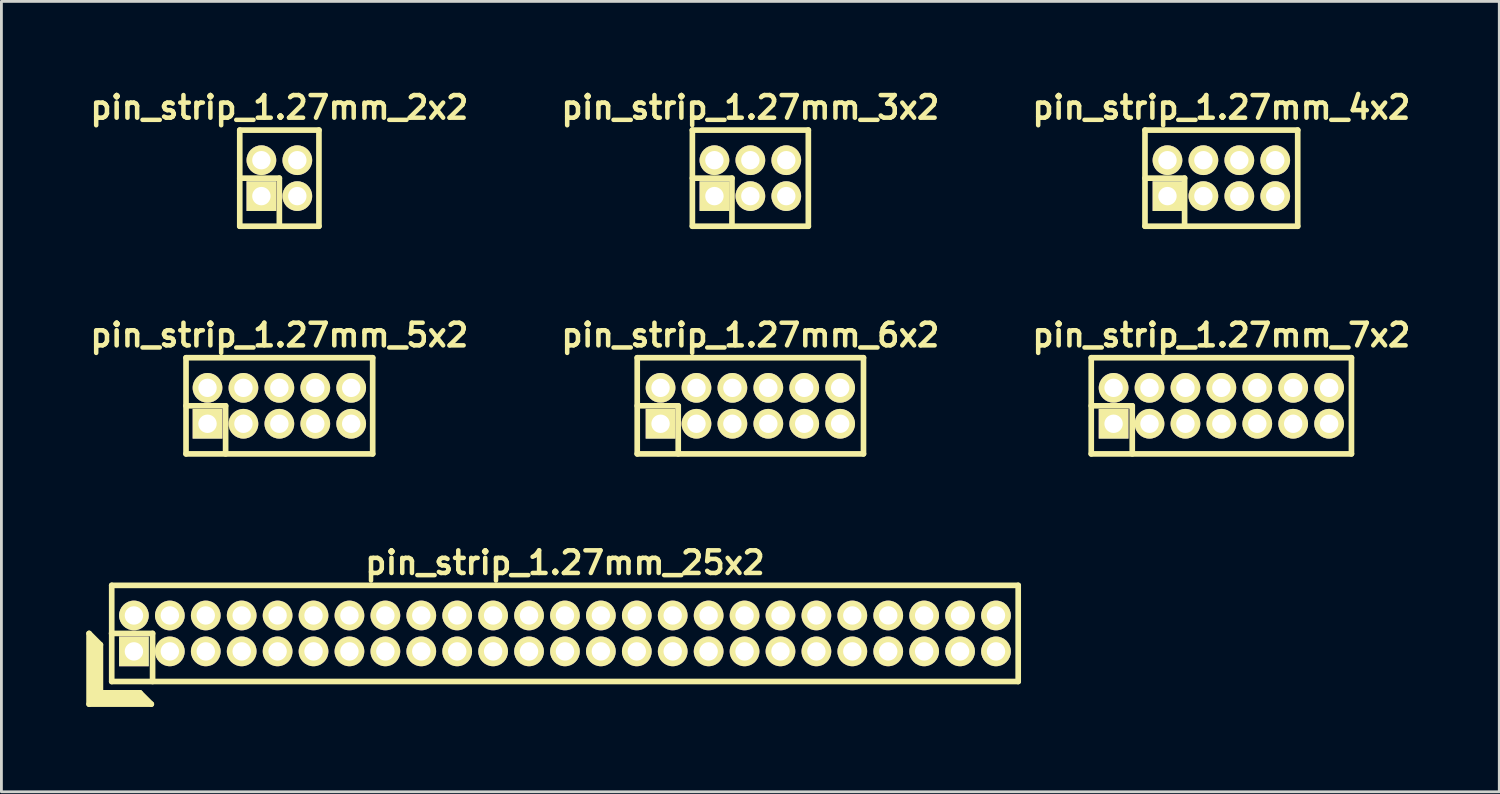
<source format=kicad_pcb>
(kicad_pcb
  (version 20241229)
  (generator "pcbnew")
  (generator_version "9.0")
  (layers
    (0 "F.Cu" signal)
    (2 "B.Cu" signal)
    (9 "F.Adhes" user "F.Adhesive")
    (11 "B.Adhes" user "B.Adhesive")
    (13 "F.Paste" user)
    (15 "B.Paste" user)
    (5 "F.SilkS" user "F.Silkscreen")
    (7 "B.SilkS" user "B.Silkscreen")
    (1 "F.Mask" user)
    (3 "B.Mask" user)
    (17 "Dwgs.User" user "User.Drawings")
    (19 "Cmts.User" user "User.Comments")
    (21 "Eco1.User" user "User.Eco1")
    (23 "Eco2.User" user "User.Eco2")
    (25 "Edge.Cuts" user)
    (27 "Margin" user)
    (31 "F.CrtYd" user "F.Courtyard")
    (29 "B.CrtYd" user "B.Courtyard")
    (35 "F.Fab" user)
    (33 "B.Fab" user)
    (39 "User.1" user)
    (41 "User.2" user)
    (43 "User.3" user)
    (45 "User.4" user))
  (footprint "pin_strip_1.27mm_25x2"
    (layer "F.Cu")
    (at 16.925 19.346)
    (property "Reference" "pin_strip_1.27mm_25x2" (at 0 -2.5 0) (layer "F.SilkS") (effects (font (size 0.8 0.8) (thickness 0.16))))
    (attr through_hole)
    (fp_line (start -16.825 0) (end -16.825 2.5) (stroke (width 0.2) (type solid)) (layer "F.SilkS"))
    (fp_line (start -16.825 0) (end -16.425 0.4) (stroke (width 0.2) (type solid)) (layer "F.SilkS"))
    (fp_line (start -16.825 2.5) (end -14.625 2.5) (stroke (width 0.2) (type solid)) (layer "F.SilkS"))
    (fp_line (start -16.725 2.4) (end -16.725 0.2) (stroke (width 0.2) (type solid)) (layer "F.SilkS"))
    (fp_line (start -16.725 2.4) (end -14.825 2.4) (stroke (width 0.2) (type solid)) (layer "F.SilkS"))
    (fp_line (start -16.625 2.3) (end -16.625 0.3) (stroke (width 0.2) (type solid)) (layer "F.SilkS"))
    (fp_line (start -16.625 2.3) (end -14.925 2.3) (stroke (width 0.2) (type solid)) (layer "F.SilkS"))
    (fp_line (start -16.525 2.2) (end -16.525 0.4) (stroke (width 0.2) (type solid)) (layer "F.SilkS"))
    (fp_line (start -16.525 2.2) (end -15.025 2.2) (stroke (width 0.2) (type solid)) (layer "F.SilkS"))
    (fp_line (start -16.425 2.1) (end -16.425 0.4) (stroke (width 0.2) (type solid)) (layer "F.SilkS"))
    (fp_line (start -16.425 2.1) (end -15.025 2.1) (stroke (width 0.2) (type solid)) (layer "F.SilkS"))
    (fp_line (start -16.03 0) (end -14.58 0) (stroke (width 0.2) (type solid)) (layer "F.SilkS"))
    (fp_line (start -16.025 -1.7) (end 16.025 -1.7) (stroke (width 0.2) (type solid)) (layer "F.SilkS"))
    (fp_line (start -16.025 1.7) (end -16.025 -1.7) (stroke (width 0.2) (type solid)) (layer "F.SilkS"))
    (fp_line (start -15.025 2.1) (end -14.625 2.5) (stroke (width 0.2) (type solid)) (layer "F.SilkS"))
    (fp_line (start -14.58 0) (end -14.58 1.7) (stroke (width 0.2) (type solid)) (layer "F.SilkS"))
    (fp_line (start 16.025 -1.7) (end 16.025 1.7) (stroke (width 0.2) (type solid)) (layer "F.SilkS"))
    (fp_line (start 16.025 1.7) (end -16.025 1.7) (stroke (width 0.2) (type solid)) (layer "F.SilkS"))
    (pad "1" thru_hole rect (at -15.24 0.635) (size 1.05 1.05) (drill 0.65) (layers "*.Cu" "*.Mask" "F.SilkS"))
    (pad "2" thru_hole oval (at -15.24 -0.635) (size 1.05 1.05) (drill 0.65) (layers "*.Cu" "*.Mask" "F.SilkS"))
    (pad "3" thru_hole oval (at -13.97 0.635) (size 1.05 1.05) (drill 0.65) (layers "*.Cu" "*.Mask" "F.SilkS"))
    (pad "4" thru_hole oval (at -13.97 -0.635) (size 1.05 1.05) (drill 0.65) (layers "*.Cu" "*.Mask" "F.SilkS"))
    (pad "5" thru_hole oval (at -12.7 0.635) (size 1.05 1.05) (drill 0.65) (layers "*.Cu" "*.Mask" "F.SilkS"))
    (pad "6" thru_hole oval (at -12.7 -0.635) (size 1.05 1.05) (drill 0.65) (layers "*.Cu" "*.Mask" "F.SilkS"))
    (pad "7" thru_hole oval (at -11.43 0.635) (size 1.05 1.05) (drill 0.65) (layers "*.Cu" "*.Mask" "F.SilkS"))
    (pad "8" thru_hole oval (at -11.43 -0.635) (size 1.05 1.05) (drill 0.65) (layers "*.Cu" "*.Mask" "F.SilkS"))
    (pad "9" thru_hole oval (at -10.16 0.635) (size 1.05 1.05) (drill 0.65) (layers "*.Cu" "*.Mask" "F.SilkS"))
    (pad "10" thru_hole oval (at -10.16 -0.635) (size 1.05 1.05) (drill 0.65) (layers "*.Cu" "*.Mask" "F.SilkS"))
    (pad "11" thru_hole oval (at -8.89 0.635) (size 1.05 1.05) (drill 0.65) (layers "*.Cu" "*.Mask" "F.SilkS"))
    (pad "12" thru_hole oval (at -8.89 -0.635) (size 1.05 1.05) (drill 0.65) (layers "*.Cu" "*.Mask" "F.SilkS"))
    (pad "13" thru_hole oval (at -7.62 0.635) (size 1.05 1.05) (drill 0.65) (layers "*.Cu" "*.Mask" "F.SilkS"))
    (pad "14" thru_hole oval (at -7.62 -0.635) (size 1.05 1.05) (drill 0.65) (layers "*.Cu" "*.Mask" "F.SilkS"))
    (pad "15" thru_hole oval (at -6.35 0.635) (size 1.05 1.05) (drill 0.65) (layers "*.Cu" "*.Mask" "F.SilkS"))
    (pad "16" thru_hole oval (at -6.35 -0.635) (size 1.05 1.05) (drill 0.65) (layers "*.Cu" "*.Mask" "F.SilkS"))
    (pad "17" thru_hole oval (at -5.08 0.635) (size 1.05 1.05) (drill 0.65) (layers "*.Cu" "*.Mask" "F.SilkS"))
    (pad "18" thru_hole oval (at -5.08 -0.635) (size 1.05 1.05) (drill 0.65) (layers "*.Cu" "*.Mask" "F.SilkS"))
    (pad "19" thru_hole oval (at -3.81 0.635) (size 1.05 1.05) (drill 0.65) (layers "*.Cu" "*.Mask" "F.SilkS"))
    (pad "20" thru_hole oval (at -3.81 -0.635) (size 1.05 1.05) (drill 0.65) (layers "*.Cu" "*.Mask" "F.SilkS"))
    (pad "21" thru_hole oval (at -2.54 0.635) (size 1.05 1.05) (drill 0.65) (layers "*.Cu" "*.Mask" "F.SilkS"))
    (pad "22" thru_hole oval (at -2.54 -0.635) (size 1.05 1.05) (drill 0.65) (layers "*.Cu" "*.Mask" "F.SilkS"))
    (pad "23" thru_hole oval (at -1.27 0.635) (size 1.05 1.05) (drill 0.65) (layers "*.Cu" "*.Mask" "F.SilkS"))
    (pad "24" thru_hole oval (at -1.27 -0.635) (size 1.05 1.05) (drill 0.65) (layers "*.Cu" "*.Mask" "F.SilkS"))
    (pad "25" thru_hole oval (at 0 0.635) (size 1.05 1.05) (drill 0.65) (layers "*.Cu" "*.Mask" "F.SilkS"))
    (pad "26" thru_hole oval (at 0 -0.635) (size 1.05 1.05) (drill 0.65) (layers "*.Cu" "*.Mask" "F.SilkS"))
    (pad "27" thru_hole oval (at 1.27 0.635) (size 1.05 1.05) (drill 0.65) (layers "*.Cu" "*.Mask" "F.SilkS"))
    (pad "28" thru_hole oval (at 1.27 -0.635) (size 1.05 1.05) (drill 0.65) (layers "*.Cu" "*.Mask" "F.SilkS"))
    (pad "29" thru_hole oval (at 2.54 0.635) (size 1.05 1.05) (drill 0.65) (layers "*.Cu" "*.Mask" "F.SilkS"))
    (pad "30" thru_hole oval (at 2.54 -0.635) (size 1.05 1.05) (drill 0.65) (layers "*.Cu" "*.Mask" "F.SilkS"))
    (pad "31" thru_hole oval (at 3.81 0.635) (size 1.05 1.05) (drill 0.65) (layers "*.Cu" "*.Mask" "F.SilkS"))
    (pad "32" thru_hole oval (at 3.81 -0.635) (size 1.05 1.05) (drill 0.65) (layers "*.Cu" "*.Mask" "F.SilkS"))
    (pad "33" thru_hole oval (at 5.08 0.635) (size 1.05 1.05) (drill 0.65) (layers "*.Cu" "*.Mask" "F.SilkS"))
    (pad "34" thru_hole oval (at 5.08 -0.635) (size 1.05 1.05) (drill 0.65) (layers "*.Cu" "*.Mask" "F.SilkS"))
    (pad "35" thru_hole oval (at 6.35 0.635) (size 1.05 1.05) (drill 0.65) (layers "*.Cu" "*.Mask" "F.SilkS"))
    (pad "36" thru_hole oval (at 6.35 -0.635) (size 1.05 1.05) (drill 0.65) (layers "*.Cu" "*.Mask" "F.SilkS"))
    (pad "37" thru_hole oval (at 7.62 0.635) (size 1.05 1.05) (drill 0.65) (layers "*.Cu" "*.Mask" "F.SilkS"))
    (pad "38" thru_hole oval (at 7.62 -0.635) (size 1.05 1.05) (drill 0.65) (layers "*.Cu" "*.Mask" "F.SilkS"))
    (pad "39" thru_hole oval (at 8.89 0.635) (size 1.05 1.05) (drill 0.65) (layers "*.Cu" "*.Mask" "F.SilkS"))
    (pad "40" thru_hole oval (at 8.89 -0.635) (size 1.05 1.05) (drill 0.65) (layers "*.Cu" "*.Mask" "F.SilkS"))
    (pad "41" thru_hole oval (at 10.16 0.635) (size 1.05 1.05) (drill 0.65) (layers "*.Cu" "*.Mask" "F.SilkS"))
    (pad "42" thru_hole oval (at 10.16 -0.635) (size 1.05 1.05) (drill 0.65) (layers "*.Cu" "*.Mask" "F.SilkS"))
    (pad "43" thru_hole oval (at 11.43 0.635) (size 1.05 1.05) (drill 0.65) (layers "*.Cu" "*.Mask" "F.SilkS"))
    (pad "44" thru_hole oval (at 11.43 -0.635) (size 1.05 1.05) (drill 0.65) (layers "*.Cu" "*.Mask" "F.SilkS"))
    (pad "45" thru_hole oval (at 12.7 0.635) (size 1.05 1.05) (drill 0.65) (layers "*.Cu" "*.Mask" "F.SilkS"))
    (pad "46" thru_hole oval (at 12.7 -0.635) (size 1.05 1.05) (drill 0.65) (layers "*.Cu" "*.Mask" "F.SilkS"))
    (pad "47" thru_hole oval (at 13.97 0.635) (size 1.05 1.05) (drill 0.65) (layers "*.Cu" "*.Mask" "F.SilkS"))
    (pad "48" thru_hole oval (at 13.97 -0.635) (size 1.05 1.05) (drill 0.65) (layers "*.Cu" "*.Mask" "F.SilkS"))
    (pad "49" thru_hole oval (at 15.24 0.635) (size 1.05 1.05) (drill 0.65) (layers "*.Cu" "*.Mask" "F.SilkS"))
    (pad "50" thru_hole oval (at 15.24 -0.635) (size 1.05 1.05) (drill 0.65) (layers "*.Cu" "*.Mask" "F.SilkS")))
  (footprint "pin_strip_1.27mm_6x2"
    (layer "F.Cu")
    (at 23.48 11.298)
    (property "Reference" "pin_strip_1.27mm_6x2" (at 0 -2.5 0) (layer "F.SilkS") (effects (font (size 0.8 0.8) (thickness 0.16))))
    (attr through_hole)
    (fp_line (start -4 -1.7) (end 4 -1.7) (stroke (width 0.2) (type solid)) (layer "F.SilkS"))
    (fp_line (start -4 0) (end -2.55 0) (stroke (width 0.2) (type solid)) (layer "F.SilkS"))
    (fp_line (start -4 1.7) (end -4 -1.7) (stroke (width 0.2) (type solid)) (layer "F.SilkS"))
    (fp_line (start -2.55 0) (end -2.55 1.7) (stroke (width 0.2) (type solid)) (layer "F.SilkS"))
    (fp_line (start 4 -1.7) (end 4 1.7) (stroke (width 0.2) (type solid)) (layer "F.SilkS"))
    (fp_line (start 4 1.7) (end -4 1.7) (stroke (width 0.2) (type solid)) (layer "F.SilkS"))
    (pad "1" thru_hole rect (at -3.175 0.635) (size 1.05 1.05) (drill 0.65) (layers "*.Cu" "*.Mask" "F.SilkS"))
    (pad "2" thru_hole oval (at -3.175 -0.635) (size 1.05 1.05) (drill 0.65) (layers "*.Cu" "*.Mask" "F.SilkS"))
    (pad "3" thru_hole oval (at -1.905 0.635) (size 1.05 1.05) (drill 0.65) (layers "*.Cu" "*.Mask" "F.SilkS"))
    (pad "4" thru_hole oval (at -1.905 -0.635) (size 1.05 1.05) (drill 0.65) (layers "*.Cu" "*.Mask" "F.SilkS"))
    (pad "5" thru_hole oval (at -0.635 0.635) (size 1.05 1.05) (drill 0.65) (layers "*.Cu" "*.Mask" "F.SilkS"))
    (pad "6" thru_hole oval (at -0.635 -0.635) (size 1.05 1.05) (drill 0.65) (layers "*.Cu" "*.Mask" "F.SilkS"))
    (pad "7" thru_hole oval (at 0.635 0.635) (size 1.05 1.05) (drill 0.65) (layers "*.Cu" "*.Mask" "F.SilkS"))
    (pad "8" thru_hole oval (at 0.635 -0.635) (size 1.05 1.05) (drill 0.65) (layers "*.Cu" "*.Mask" "F.SilkS"))
    (pad "9" thru_hole oval (at 1.905 0.635) (size 1.05 1.05) (drill 0.65) (layers "*.Cu" "*.Mask" "F.SilkS"))
    (pad "10" thru_hole oval (at 1.905 -0.635) (size 1.05 1.05) (drill 0.65) (layers "*.Cu" "*.Mask" "F.SilkS"))
    (pad "11" thru_hole oval (at 3.175 0.635) (size 1.05 1.05) (drill 0.65) (layers "*.Cu" "*.Mask" "F.SilkS"))
    (pad "12" thru_hole oval (at 3.175 -0.635) (size 1.05 1.05) (drill 0.65) (layers "*.Cu" "*.Mask" "F.SilkS")))
  (footprint "pin_strip_1.27mm_3x2"
    (layer "F.Cu")
    (at 23.48 3.249)
    (property "Reference" "pin_strip_1.27mm_3x2" (at 0 -2.5 0) (layer "F.SilkS") (effects (font (size 0.8 0.8) (thickness 0.16))))
    (attr through_hole)
    (fp_line (start -2.05 -1.7) (end 2.05 -1.7) (stroke (width 0.2) (type solid)) (layer "F.SilkS"))
    (fp_line (start -2.05 0) (end -0.65 0) (stroke (width 0.2) (type solid)) (layer "F.SilkS"))
    (fp_line (start -2.05 1.7) (end -2.05 -1.7) (stroke (width 0.2) (type solid)) (layer "F.SilkS"))
    (fp_line (start -0.65 0) (end -0.65 1.7) (stroke (width 0.2) (type solid)) (layer "F.SilkS"))
    (fp_line (start 2.05 -1.7) (end 2.05 1.7) (stroke (width 0.2) (type solid)) (layer "F.SilkS"))
    (fp_line (start 2.05 1.7) (end -2.05 1.7) (stroke (width 0.2) (type solid)) (layer "F.SilkS"))
    (pad "1" thru_hole rect (at -1.27 0.635) (size 1.05 1.05) (drill 0.65) (layers "*.Cu" "*.Mask" "F.SilkS"))
    (pad "2" thru_hole oval (at -1.27 -0.635) (size 1.05 1.05) (drill 0.65) (layers "*.Cu" "*.Mask" "F.SilkS"))
    (pad "3" thru_hole oval (at 0 0.635) (size 1.05 1.05) (drill 0.65) (layers "*.Cu" "*.Mask" "F.SilkS"))
    (pad "4" thru_hole oval (at 0 -0.635) (size 1.05 1.05) (drill 0.65) (layers "*.Cu" "*.Mask" "F.SilkS"))
    (pad "5" thru_hole oval (at 1.27 0.635) (size 1.05 1.05) (drill 0.65) (layers "*.Cu" "*.Mask" "F.SilkS"))
    (pad "6" thru_hole oval (at 1.27 -0.635) (size 1.05 1.05) (drill 0.65) (layers "*.Cu" "*.Mask" "F.SilkS")))
  (footprint "pin_strip_1.27mm_7x2"
    (layer "F.Cu")
    (at 40.133 11.298)
    (property "Reference" "pin_strip_1.27mm_7x2" (at 0 -2.5 0) (layer "F.SilkS") (effects (font (size 0.8 0.8) (thickness 0.16))))
    (attr through_hole)
    (fp_line (start -4.6 -1.7) (end 4.6 -1.7) (stroke (width 0.2) (type solid)) (layer "F.SilkS"))
    (fp_line (start -4.6 0) (end -3.15 0) (stroke (width 0.2) (type solid)) (layer "F.SilkS"))
    (fp_line (start -4.6 1.7) (end -4.6 -1.7) (stroke (width 0.2) (type solid)) (layer "F.SilkS"))
    (fp_line (start -3.15 0) (end -3.15 1.7) (stroke (width 0.2) (type solid)) (layer "F.SilkS"))
    (fp_line (start 4.6 -1.7) (end 4.6 1.7) (stroke (width 0.2) (type solid)) (layer "F.SilkS"))
    (fp_line (start 4.6 1.7) (end -4.6 1.7) (stroke (width 0.2) (type solid)) (layer "F.SilkS"))
    (pad "1" thru_hole rect (at -3.81 0.635) (size 1.05 1.05) (drill 0.65) (layers "*.Cu" "*.Mask" "F.SilkS"))
    (pad "2" thru_hole oval (at -3.81 -0.635) (size 1.05 1.05) (drill 0.65) (layers "*.Cu" "*.Mask" "F.SilkS"))
    (pad "3" thru_hole oval (at -2.54 0.635) (size 1.05 1.05) (drill 0.65) (layers "*.Cu" "*.Mask" "F.SilkS"))
    (pad "4" thru_hole oval (at -2.54 -0.635) (size 1.05 1.05) (drill 0.65) (layers "*.Cu" "*.Mask" "F.SilkS"))
    (pad "5" thru_hole oval (at -1.27 0.635) (size 1.05 1.05) (drill 0.65) (layers "*.Cu" "*.Mask" "F.SilkS"))
    (pad "6" thru_hole oval (at -1.27 -0.635) (size 1.05 1.05) (drill 0.65) (layers "*.Cu" "*.Mask" "F.SilkS"))
    (pad "7" thru_hole oval (at 0 0.635) (size 1.05 1.05) (drill 0.65) (layers "*.Cu" "*.Mask" "F.SilkS"))
    (pad "8" thru_hole oval (at 0 -0.635) (size 1.05 1.05) (drill 0.65) (layers "*.Cu" "*.Mask" "F.SilkS"))
    (pad "9" thru_hole oval (at 1.27 0.635) (size 1.05 1.05) (drill 0.65) (layers "*.Cu" "*.Mask" "F.SilkS"))
    (pad "10" thru_hole oval (at 1.27 -0.635) (size 1.05 1.05) (drill 0.65) (layers "*.Cu" "*.Mask" "F.SilkS"))
    (pad "11" thru_hole oval (at 2.54 0.635) (size 1.05 1.05) (drill 0.65) (layers "*.Cu" "*.Mask" "F.SilkS"))
    (pad "12" thru_hole oval (at 2.54 -0.635) (size 1.05 1.05) (drill 0.65) (layers "*.Cu" "*.Mask" "F.SilkS"))
    (pad "13" thru_hole oval (at 3.81 0.635) (size 1.05 1.05) (drill 0.65) (layers "*.Cu" "*.Mask" "F.SilkS"))
    (pad "14" thru_hole oval (at 3.81 -0.635) (size 1.05 1.05) (drill 0.65) (layers "*.Cu" "*.Mask" "F.SilkS")))
  (footprint "pin_strip_1.27mm_5x2"
    (layer "F.Cu")
    (at 6.827 11.298)
    (property "Reference" "pin_strip_1.27mm_5x2" (at 0 -2.5 0) (layer "F.SilkS") (effects (font (size 0.8 0.8) (thickness 0.16))))
    (attr through_hole)
    (fp_line (start -3.3 -1.7) (end 3.3 -1.7) (stroke (width 0.2) (type solid)) (layer "F.SilkS"))
    (fp_line (start -3.3 0) (end -1.9 0) (stroke (width 0.2) (type solid)) (layer "F.SilkS"))
    (fp_line (start -3.3 1.7) (end -3.3 -1.7) (stroke (width 0.2) (type solid)) (layer "F.SilkS"))
    (fp_line (start -1.9 0) (end -1.9 1.7) (stroke (width 0.2) (type solid)) (layer "F.SilkS"))
    (fp_line (start 3.3 -1.7) (end 3.3 1.7) (stroke (width 0.2) (type solid)) (layer "F.SilkS"))
    (fp_line (start 3.3 1.7) (end -3.3 1.7) (stroke (width 0.2) (type solid)) (layer "F.SilkS"))
    (pad "1" thru_hole rect (at -2.54 0.635) (size 1.05 1.05) (drill 0.65) (layers "*.Cu" "*.Mask" "F.SilkS"))
    (pad "2" thru_hole oval (at -2.54 -0.635) (size 1.05 1.05) (drill 0.65) (layers "*.Cu" "*.Mask" "F.SilkS"))
    (pad "3" thru_hole oval (at -1.27 0.635) (size 1.05 1.05) (drill 0.65) (layers "*.Cu" "*.Mask" "F.SilkS"))
    (pad "4" thru_hole oval (at -1.27 -0.635) (size 1.05 1.05) (drill 0.65) (layers "*.Cu" "*.Mask" "F.SilkS"))
    (pad "5" thru_hole oval (at 0 0.635) (size 1.05 1.05) (drill 0.65) (layers "*.Cu" "*.Mask" "F.SilkS"))
    (pad "6" thru_hole oval (at 0 -0.635) (size 1.05 1.05) (drill 0.65) (layers "*.Cu" "*.Mask" "F.SilkS"))
    (pad "7" thru_hole oval (at 1.27 0.635) (size 1.05 1.05) (drill 0.65) (layers "*.Cu" "*.Mask" "F.SilkS"))
    (pad "8" thru_hole oval (at 1.27 -0.635) (size 1.05 1.05) (drill 0.65) (layers "*.Cu" "*.Mask" "F.SilkS"))
    (pad "9" thru_hole oval (at 2.54 0.635) (size 1.05 1.05) (drill 0.65) (layers "*.Cu" "*.Mask" "F.SilkS"))
    (pad "10" thru_hole oval (at 2.54 -0.635) (size 1.05 1.05) (drill 0.65) (layers "*.Cu" "*.Mask" "F.SilkS")))
  (footprint "pin_strip_1.27mm_4x2"
    (layer "F.Cu")
    (at 40.133 3.249)
    (property "Reference" "pin_strip_1.27mm_4x2" (at 0 -2.5 0) (layer "F.SilkS") (effects (font (size 0.8 0.8) (thickness 0.16))))
    (attr through_hole)
    (fp_line (start -2.7 -1.7) (end 2.7 -1.7) (stroke (width 0.2) (type solid)) (layer "F.SilkS"))
    (fp_line (start -2.7 0) (end -1.3 0) (stroke (width 0.2) (type solid)) (layer "F.SilkS"))
    (fp_line (start -2.7 1.7) (end -2.7 -1.7) (stroke (width 0.2) (type solid)) (layer "F.SilkS"))
    (fp_line (start -1.3 0) (end -1.3 1.7) (stroke (width 0.2) (type solid)) (layer "F.SilkS"))
    (fp_line (start 2.7 -1.7) (end 2.7 1.7) (stroke (width 0.2) (type solid)) (layer "F.SilkS"))
    (fp_line (start 2.7 1.7) (end -2.7 1.7) (stroke (width 0.2) (type solid)) (layer "F.SilkS"))
    (pad "1" thru_hole rect (at -1.905 0.635) (size 1.05 1.05) (drill 0.65) (layers "*.Cu" "*.Mask" "F.SilkS"))
    (pad "2" thru_hole oval (at -1.905 -0.635) (size 1.05 1.05) (drill 0.65) (layers "*.Cu" "*.Mask" "F.SilkS"))
    (pad "3" thru_hole oval (at -0.635 0.635) (size 1.05 1.05) (drill 0.65) (layers "*.Cu" "*.Mask" "F.SilkS"))
    (pad "4" thru_hole oval (at -0.635 -0.635) (size 1.05 1.05) (drill 0.65) (layers "*.Cu" "*.Mask" "F.SilkS"))
    (pad "5" thru_hole oval (at 0.635 0.635) (size 1.05 1.05) (drill 0.65) (layers "*.Cu" "*.Mask" "F.SilkS"))
    (pad "6" thru_hole oval (at 0.635 -0.635) (size 1.05 1.05) (drill 0.65) (layers "*.Cu" "*.Mask" "F.SilkS"))
    (pad "7" thru_hole oval (at 1.905 0.635) (size 1.05 1.05) (drill 0.65) (layers "*.Cu" "*.Mask" "F.SilkS"))
    (pad "8" thru_hole oval (at 1.905 -0.635) (size 1.05 1.05) (drill 0.65) (layers "*.Cu" "*.Mask" "F.SilkS")))
  (footprint "pin_strip_1.27mm_2x2"
    (layer "F.Cu")
    (at 6.827 3.249)
    (property "Reference" "pin_strip_1.27mm_2x2" (at 0 -2.5 0) (layer "F.SilkS") (effects (font (size 0.8 0.8) (thickness 0.16))))
    (attr through_hole)
    (fp_line (start -1.4 -1.7) (end 1.4 -1.7) (stroke (width 0.2) (type solid)) (layer "F.SilkS"))
    (fp_line (start -1.4 0) (end 0 0) (stroke (width 0.2) (type solid)) (layer "F.SilkS"))
    (fp_line (start -1.4 1.7) (end -1.4 -1.7) (stroke (width 0.2) (type solid)) (layer "F.SilkS"))
    (fp_line (start 0 0) (end 0 1.7) (stroke (width 0.2) (type solid)) (layer "F.SilkS"))
    (fp_line (start 1.4 -1.7) (end 1.4 1.7) (stroke (width 0.2) (type solid)) (layer "F.SilkS"))
    (fp_line (start 1.4 1.7) (end -1.4 1.7) (stroke (width 0.2) (type solid)) (layer "F.SilkS"))
    (pad "1" thru_hole rect (at -0.635 0.635) (size 1.05 1.05) (drill 0.65) (layers "*.Cu" "*.Mask" "F.SilkS"))
    (pad "2" thru_hole oval (at -0.635 -0.635) (size 1.05 1.05) (drill 0.65) (layers "*.Cu" "*.Mask" "F.SilkS"))
    (pad "3" thru_hole oval (at 0.635 0.635) (size 1.05 1.05) (drill 0.65) (layers "*.Cu" "*.Mask" "F.SilkS"))
    (pad "4" thru_hole oval (at 0.635 -0.635) (size 1.05 1.05) (drill 0.65) (layers "*.Cu" "*.Mask" "F.SilkS")))
  (gr_rect
    (start -3 -3)
    (end 49.96 24.946)
    (stroke (width 0.1) (type default))
    (fill no)
    (layer "Edge.Cuts")))
</source>
